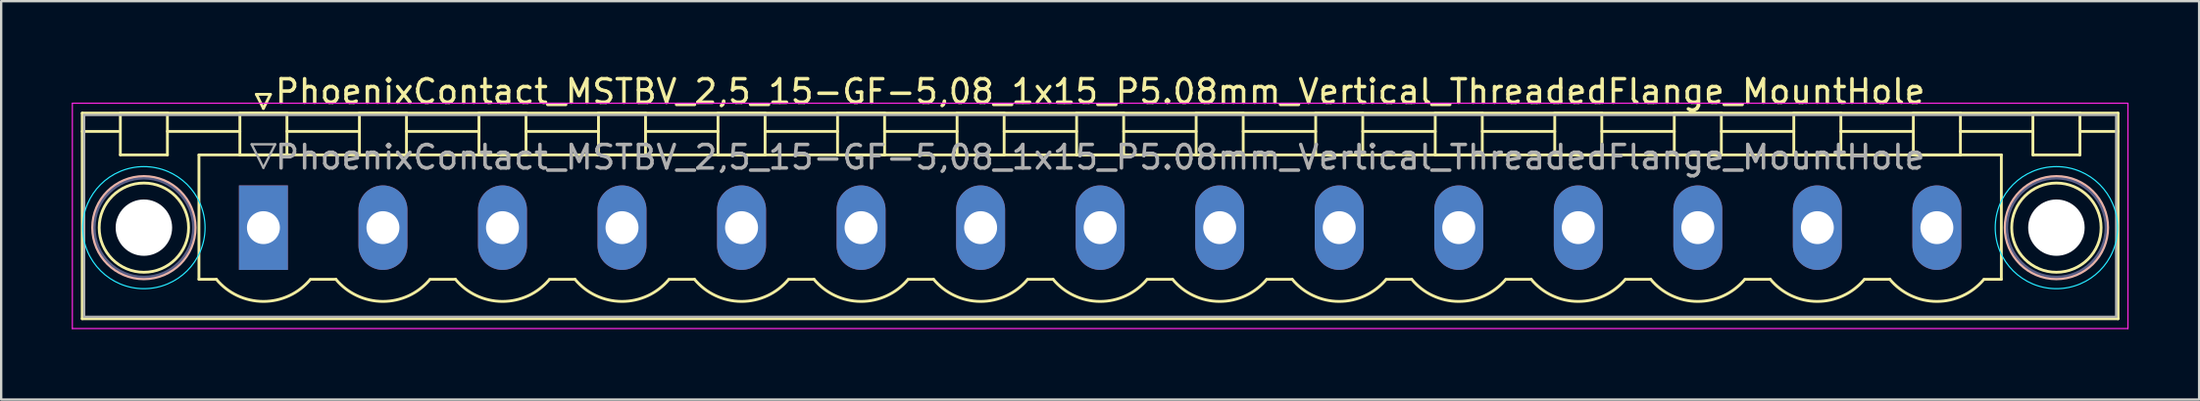
<source format=kicad_pcb>
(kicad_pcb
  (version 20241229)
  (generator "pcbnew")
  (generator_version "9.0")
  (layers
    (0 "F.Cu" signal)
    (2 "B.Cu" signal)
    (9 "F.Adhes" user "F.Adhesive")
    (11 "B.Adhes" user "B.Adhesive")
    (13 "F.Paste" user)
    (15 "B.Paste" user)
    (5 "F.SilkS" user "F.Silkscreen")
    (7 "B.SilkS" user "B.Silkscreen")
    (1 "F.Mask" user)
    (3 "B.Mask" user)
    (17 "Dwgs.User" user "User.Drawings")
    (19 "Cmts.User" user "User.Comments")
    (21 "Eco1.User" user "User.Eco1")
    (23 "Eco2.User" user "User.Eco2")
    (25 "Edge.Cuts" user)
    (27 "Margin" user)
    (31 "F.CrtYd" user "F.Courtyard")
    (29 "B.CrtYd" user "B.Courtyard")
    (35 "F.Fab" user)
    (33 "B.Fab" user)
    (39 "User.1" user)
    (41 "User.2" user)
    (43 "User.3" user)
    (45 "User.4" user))
  (footprint "PhoenixContact_MSTBV_2,5_15-GF-5,08_1x15_P5.08mm_Vertical_ThreadedFlange_MountHole"
    (layer "F.Cu")
    (at 8.145 6.648)
    (property "Reference" "PhoenixContact_MSTBV_2,5_15-GF-5,08_1x15_P5.08mm_Vertical_ThreadedFlange_MountHole" (at 35.56 -5.8 0) (layer "F.SilkS") (effects (font (size 1 1) (thickness 0.15))))
    (attr through_hole)
    (fp_line (start -7.7 -4.88) (end -7.7 3.88) (stroke (width 0.12) (type solid)) (layer "F.SilkS"))
    (fp_line (start -7.7 -4.1) (end -6.16 -4.1) (stroke (width 0.12) (type solid)) (layer "F.SilkS"))
    (fp_line (start -7.7 3.88) (end 78.82 3.88) (stroke (width 0.12) (type solid)) (layer "F.SilkS"))
    (fp_line (start -6.08 -4.88) (end -4.08 -4.88) (stroke (width 0.12) (type solid)) (layer "F.SilkS"))
    (fp_line (start -6.08 -3.1) (end -6.08 -4.88) (stroke (width 0.12) (type solid)) (layer "F.SilkS"))
    (fp_line (start -4.08 -4.88) (end -4.08 -3.1) (stroke (width 0.12) (type solid)) (layer "F.SilkS"))
    (fp_line (start -4.08 -4.1) (end -1 -4.1) (stroke (width 0.12) (type solid)) (layer "F.SilkS"))
    (fp_line (start -4.08 -3.1) (end -6.08 -3.1) (stroke (width 0.12) (type solid)) (layer "F.SilkS"))
    (fp_line (start -2.74 -3.1) (end 73.86 -3.1) (stroke (width 0.12) (type solid)) (layer "F.SilkS"))
    (fp_line (start -2.74 2.2) (end -2.74 -3.1) (stroke (width 0.12) (type solid)) (layer "F.SilkS"))
    (fp_line (start -2 2.2) (end -2.74 2.2) (stroke (width 0.12) (type solid)) (layer "F.SilkS"))
    (fp_line (start -1 -4.88) (end 1 -4.88) (stroke (width 0.12) (type solid)) (layer "F.SilkS"))
    (fp_line (start -1 -3.1) (end -1 -4.88) (stroke (width 0.12) (type solid)) (layer "F.SilkS"))
    (fp_line (start -0.3 -5.68) (end 0.3 -5.68) (stroke (width 0.12) (type solid)) (layer "F.SilkS"))
    (fp_line (start 0 -5.08) (end -0.3 -5.68) (stroke (width 0.12) (type solid)) (layer "F.SilkS"))
    (fp_line (start 0.3 -5.68) (end 0 -5.08) (stroke (width 0.12) (type solid)) (layer "F.SilkS"))
    (fp_line (start 1 -4.88) (end 1 -3.1) (stroke (width 0.12) (type solid)) (layer "F.SilkS"))
    (fp_line (start 1 -4.1) (end 4.08 -4.1) (stroke (width 0.12) (type solid)) (layer "F.SilkS"))
    (fp_line (start 1 -3.1) (end -1 -3.1) (stroke (width 0.12) (type solid)) (layer "F.SilkS"))
    (fp_line (start 2 2.2) (end 3.08 2.2) (stroke (width 0.12) (type solid)) (layer "F.SilkS"))
    (fp_line (start 4.08 -4.88) (end 6.08 -4.88) (stroke (width 0.12) (type solid)) (layer "F.SilkS"))
    (fp_line (start 4.08 -3.1) (end 4.08 -4.88) (stroke (width 0.12) (type solid)) (layer "F.SilkS"))
    (fp_line (start 6.08 -4.88) (end 6.08 -3.1) (stroke (width 0.12) (type solid)) (layer "F.SilkS"))
    (fp_line (start 6.08 -4.1) (end 9.16 -4.1) (stroke (width 0.12) (type solid)) (layer "F.SilkS"))
    (fp_line (start 6.08 -3.1) (end 4.08 -3.1) (stroke (width 0.12) (type solid)) (layer "F.SilkS"))
    (fp_line (start 7.08 2.2) (end 8.16 2.2) (stroke (width 0.12) (type solid)) (layer "F.SilkS"))
    (fp_line (start 9.16 -4.88) (end 11.16 -4.88) (stroke (width 0.12) (type solid)) (layer "F.SilkS"))
    (fp_line (start 9.16 -3.1) (end 9.16 -4.88) (stroke (width 0.12) (type solid)) (layer "F.SilkS"))
    (fp_line (start 11.16 -4.88) (end 11.16 -3.1) (stroke (width 0.12) (type solid)) (layer "F.SilkS"))
    (fp_line (start 11.16 -4.1) (end 14.24 -4.1) (stroke (width 0.12) (type solid)) (layer "F.SilkS"))
    (fp_line (start 11.16 -3.1) (end 9.16 -3.1) (stroke (width 0.12) (type solid)) (layer "F.SilkS"))
    (fp_line (start 12.16 2.2) (end 13.24 2.2) (stroke (width 0.12) (type solid)) (layer "F.SilkS"))
    (fp_line (start 14.24 -4.88) (end 16.24 -4.88) (stroke (width 0.12) (type solid)) (layer "F.SilkS"))
    (fp_line (start 14.24 -3.1) (end 14.24 -4.88) (stroke (width 0.12) (type solid)) (layer "F.SilkS"))
    (fp_line (start 16.24 -4.88) (end 16.24 -3.1) (stroke (width 0.12) (type solid)) (layer "F.SilkS"))
    (fp_line (start 16.24 -4.1) (end 19.32 -4.1) (stroke (width 0.12) (type solid)) (layer "F.SilkS"))
    (fp_line (start 16.24 -3.1) (end 14.24 -3.1) (stroke (width 0.12) (type solid)) (layer "F.SilkS"))
    (fp_line (start 17.24 2.2) (end 18.32 2.2) (stroke (width 0.12) (type solid)) (layer "F.SilkS"))
    (fp_line (start 19.32 -4.88) (end 21.32 -4.88) (stroke (width 0.12) (type solid)) (layer "F.SilkS"))
    (fp_line (start 19.32 -3.1) (end 19.32 -4.88) (stroke (width 0.12) (type solid)) (layer "F.SilkS"))
    (fp_line (start 21.32 -4.88) (end 21.32 -3.1) (stroke (width 0.12) (type solid)) (layer "F.SilkS"))
    (fp_line (start 21.32 -4.1) (end 24.4 -4.1) (stroke (width 0.12) (type solid)) (layer "F.SilkS"))
    (fp_line (start 21.32 -3.1) (end 19.32 -3.1) (stroke (width 0.12) (type solid)) (layer "F.SilkS"))
    (fp_line (start 22.32 2.2) (end 23.4 2.2) (stroke (width 0.12) (type solid)) (layer "F.SilkS"))
    (fp_line (start 24.4 -4.88) (end 26.4 -4.88) (stroke (width 0.12) (type solid)) (layer "F.SilkS"))
    (fp_line (start 24.4 -3.1) (end 24.4 -4.88) (stroke (width 0.12) (type solid)) (layer "F.SilkS"))
    (fp_line (start 26.4 -4.88) (end 26.4 -3.1) (stroke (width 0.12) (type solid)) (layer "F.SilkS"))
    (fp_line (start 26.4 -4.1) (end 29.48 -4.1) (stroke (width 0.12) (type solid)) (layer "F.SilkS"))
    (fp_line (start 26.4 -3.1) (end 24.4 -3.1) (stroke (width 0.12) (type solid)) (layer "F.SilkS"))
    (fp_line (start 27.4 2.2) (end 28.48 2.2) (stroke (width 0.12) (type solid)) (layer "F.SilkS"))
    (fp_line (start 29.48 -4.88) (end 31.48 -4.88) (stroke (width 0.12) (type solid)) (layer "F.SilkS"))
    (fp_line (start 29.48 -3.1) (end 29.48 -4.88) (stroke (width 0.12) (type solid)) (layer "F.SilkS"))
    (fp_line (start 31.48 -4.88) (end 31.48 -3.1) (stroke (width 0.12) (type solid)) (layer "F.SilkS"))
    (fp_line (start 31.48 -4.1) (end 34.56 -4.1) (stroke (width 0.12) (type solid)) (layer "F.SilkS"))
    (fp_line (start 31.48 -3.1) (end 29.48 -3.1) (stroke (width 0.12) (type solid)) (layer "F.SilkS"))
    (fp_line (start 32.48 2.2) (end 33.56 2.2) (stroke (width 0.12) (type solid)) (layer "F.SilkS"))
    (fp_line (start 34.56 -4.88) (end 36.56 -4.88) (stroke (width 0.12) (type solid)) (layer "F.SilkS"))
    (fp_line (start 34.56 -3.1) (end 34.56 -4.88) (stroke (width 0.12) (type solid)) (layer "F.SilkS"))
    (fp_line (start 36.56 -4.88) (end 36.56 -3.1) (stroke (width 0.12) (type solid)) (layer "F.SilkS"))
    (fp_line (start 36.56 -4.1) (end 39.64 -4.1) (stroke (width 0.12) (type solid)) (layer "F.SilkS"))
    (fp_line (start 36.56 -3.1) (end 34.56 -3.1) (stroke (width 0.12) (type solid)) (layer "F.SilkS"))
    (fp_line (start 37.56 2.2) (end 38.64 2.2) (stroke (width 0.12) (type solid)) (layer "F.SilkS"))
    (fp_line (start 39.64 -4.88) (end 41.64 -4.88) (stroke (width 0.12) (type solid)) (layer "F.SilkS"))
    (fp_line (start 39.64 -3.1) (end 39.64 -4.88) (stroke (width 0.12) (type solid)) (layer "F.SilkS"))
    (fp_line (start 41.64 -4.88) (end 41.64 -3.1) (stroke (width 0.12) (type solid)) (layer "F.SilkS"))
    (fp_line (start 41.64 -4.1) (end 44.72 -4.1) (stroke (width 0.12) (type solid)) (layer "F.SilkS"))
    (fp_line (start 41.64 -3.1) (end 39.64 -3.1) (stroke (width 0.12) (type solid)) (layer "F.SilkS"))
    (fp_line (start 42.64 2.2) (end 43.72 2.2) (stroke (width 0.12) (type solid)) (layer "F.SilkS"))
    (fp_line (start 44.72 -4.88) (end 46.72 -4.88) (stroke (width 0.12) (type solid)) (layer "F.SilkS"))
    (fp_line (start 44.72 -3.1) (end 44.72 -4.88) (stroke (width 0.12) (type solid)) (layer "F.SilkS"))
    (fp_line (start 46.72 -4.88) (end 46.72 -3.1) (stroke (width 0.12) (type solid)) (layer "F.SilkS"))
    (fp_line (start 46.72 -4.1) (end 49.8 -4.1) (stroke (width 0.12) (type solid)) (layer "F.SilkS"))
    (fp_line (start 46.72 -3.1) (end 44.72 -3.1) (stroke (width 0.12) (type solid)) (layer "F.SilkS"))
    (fp_line (start 47.72 2.2) (end 48.8 2.2) (stroke (width 0.12) (type solid)) (layer "F.SilkS"))
    (fp_line (start 49.8 -4.88) (end 51.8 -4.88) (stroke (width 0.12) (type solid)) (layer "F.SilkS"))
    (fp_line (start 49.8 -3.1) (end 49.8 -4.88) (stroke (width 0.12) (type solid)) (layer "F.SilkS"))
    (fp_line (start 51.8 -4.88) (end 51.8 -3.1) (stroke (width 0.12) (type solid)) (layer "F.SilkS"))
    (fp_line (start 51.8 -4.1) (end 54.88 -4.1) (stroke (width 0.12) (type solid)) (layer "F.SilkS"))
    (fp_line (start 51.8 -3.1) (end 49.8 -3.1) (stroke (width 0.12) (type solid)) (layer "F.SilkS"))
    (fp_line (start 52.8 2.2) (end 53.88 2.2) (stroke (width 0.12) (type solid)) (layer "F.SilkS"))
    (fp_line (start 54.88 -4.88) (end 56.88 -4.88) (stroke (width 0.12) (type solid)) (layer "F.SilkS"))
    (fp_line (start 54.88 -3.1) (end 54.88 -4.88) (stroke (width 0.12) (type solid)) (layer "F.SilkS"))
    (fp_line (start 56.88 -4.88) (end 56.88 -3.1) (stroke (width 0.12) (type solid)) (layer "F.SilkS"))
    (fp_line (start 56.88 -4.1) (end 59.96 -4.1) (stroke (width 0.12) (type solid)) (layer "F.SilkS"))
    (fp_line (start 56.88 -3.1) (end 54.88 -3.1) (stroke (width 0.12) (type solid)) (layer "F.SilkS"))
    (fp_line (start 57.88 2.2) (end 58.96 2.2) (stroke (width 0.12) (type solid)) (layer "F.SilkS"))
    (fp_line (start 59.96 -4.88) (end 61.96 -4.88) (stroke (width 0.12) (type solid)) (layer "F.SilkS"))
    (fp_line (start 59.96 -3.1) (end 59.96 -4.88) (stroke (width 0.12) (type solid)) (layer "F.SilkS"))
    (fp_line (start 61.96 -4.88) (end 61.96 -3.1) (stroke (width 0.12) (type solid)) (layer "F.SilkS"))
    (fp_line (start 61.96 -4.1) (end 65.04 -4.1) (stroke (width 0.12) (type solid)) (layer "F.SilkS"))
    (fp_line (start 61.96 -3.1) (end 59.96 -3.1) (stroke (width 0.12) (type solid)) (layer "F.SilkS"))
    (fp_line (start 62.96 2.2) (end 64.04 2.2) (stroke (width 0.12) (type solid)) (layer "F.SilkS"))
    (fp_line (start 65.04 -4.88) (end 67.04 -4.88) (stroke (width 0.12) (type solid)) (layer "F.SilkS"))
    (fp_line (start 65.04 -3.1) (end 65.04 -4.88) (stroke (width 0.12) (type solid)) (layer "F.SilkS"))
    (fp_line (start 67.04 -4.88) (end 67.04 -3.1) (stroke (width 0.12) (type solid)) (layer "F.SilkS"))
    (fp_line (start 67.04 -4.1) (end 70.12 -4.1) (stroke (width 0.12) (type solid)) (layer "F.SilkS"))
    (fp_line (start 67.04 -3.1) (end 65.04 -3.1) (stroke (width 0.12) (type solid)) (layer "F.SilkS"))
    (fp_line (start 68.04 2.2) (end 69.12 2.2) (stroke (width 0.12) (type solid)) (layer "F.SilkS"))
    (fp_line (start 70.12 -4.88) (end 72.12 -4.88) (stroke (width 0.12) (type solid)) (layer "F.SilkS"))
    (fp_line (start 70.12 -3.1) (end 70.12 -4.88) (stroke (width 0.12) (type solid)) (layer "F.SilkS"))
    (fp_line (start 72.12 -4.88) (end 72.12 -3.1) (stroke (width 0.12) (type solid)) (layer "F.SilkS"))
    (fp_line (start 72.12 -4.1) (end 75.2 -4.1) (stroke (width 0.12) (type solid)) (layer "F.SilkS"))
    (fp_line (start 72.12 -3.1) (end 70.12 -3.1) (stroke (width 0.12) (type solid)) (layer "F.SilkS"))
    (fp_line (start 73.86 -3.1) (end 73.86 2.2) (stroke (width 0.12) (type solid)) (layer "F.SilkS"))
    (fp_line (start 73.86 2.2) (end 73.12 2.2) (stroke (width 0.12) (type solid)) (layer "F.SilkS"))
    (fp_line (start 75.2 -4.88) (end 77.2 -4.88) (stroke (width 0.12) (type solid)) (layer "F.SilkS"))
    (fp_line (start 75.2 -3.1) (end 75.2 -4.88) (stroke (width 0.12) (type solid)) (layer "F.SilkS"))
    (fp_line (start 77.2 -4.88) (end 77.2 -3.1) (stroke (width 0.12) (type solid)) (layer "F.SilkS"))
    (fp_line (start 77.2 -3.1) (end 75.2 -3.1) (stroke (width 0.12) (type solid)) (layer "F.SilkS"))
    (fp_line (start 78.82 -4.88) (end -7.7 -4.88) (stroke (width 0.12) (type solid)) (layer "F.SilkS"))
    (fp_line (start 78.82 -4.1) (end 77.28 -4.1) (stroke (width 0.12) (type solid)) (layer "F.SilkS"))
    (fp_line (start 78.82 3.88) (end 78.82 -4.88) (stroke (width 0.12) (type solid)) (layer "F.SilkS"))
    (fp_arc (start 1.986842 2.215821) (mid -0.010289 3.142758) (end -2 2.2) (stroke (width 0.12) (type solid)) (layer "F.SilkS"))
    (fp_arc (start 7.066842 2.215821) (mid 5.069711 3.142758) (end 3.08 2.2) (stroke (width 0.12) (type solid)) (layer "F.SilkS"))
    (fp_arc (start 12.146842 2.215821) (mid 10.149711 3.142758) (end 8.16 2.2) (stroke (width 0.12) (type solid)) (layer "F.SilkS"))
    (fp_arc (start 17.226842 2.215821) (mid 15.229711 3.142758) (end 13.24 2.2) (stroke (width 0.12) (type solid)) (layer "F.SilkS"))
    (fp_arc (start 22.306842 2.215821) (mid 20.309711 3.142758) (end 18.32 2.2) (stroke (width 0.12) (type solid)) (layer "F.SilkS"))
    (fp_arc (start 27.386842 2.215821) (mid 25.389711 3.142758) (end 23.4 2.2) (stroke (width 0.12) (type solid)) (layer "F.SilkS"))
    (fp_arc (start 32.466842 2.215821) (mid 30.469711 3.142758) (end 28.48 2.2) (stroke (width 0.12) (type solid)) (layer "F.SilkS"))
    (fp_arc (start 37.546842 2.215821) (mid 35.549711 3.142758) (end 33.56 2.2) (stroke (width 0.12) (type solid)) (layer "F.SilkS"))
    (fp_arc (start 42.626842 2.215821) (mid 40.629711 3.142758) (end 38.64 2.2) (stroke (width 0.12) (type solid)) (layer "F.SilkS"))
    (fp_arc (start 47.706842 2.215821) (mid 45.709711 3.142758) (end 43.72 2.2) (stroke (width 0.12) (type solid)) (layer "F.SilkS"))
    (fp_arc (start 52.786842 2.215821) (mid 50.789711 3.142758) (end 48.8 2.2) (stroke (width 0.12) (type solid)) (layer "F.SilkS"))
    (fp_arc (start 57.866842 2.215821) (mid 55.869711 3.142758) (end 53.88 2.2) (stroke (width 0.12) (type solid)) (layer "F.SilkS"))
    (fp_arc (start 62.946842 2.215821) (mid 60.949711 3.142758) (end 58.96 2.2) (stroke (width 0.12) (type solid)) (layer "F.SilkS"))
    (fp_arc (start 68.026842 2.215821) (mid 66.029711 3.142758) (end 64.04 2.2) (stroke (width 0.12) (type solid)) (layer "F.SilkS"))
    (fp_arc (start 73.106842 2.215821) (mid 71.109711 3.142758) (end 69.12 2.2) (stroke (width 0.12) (type solid)) (layer "F.SilkS"))
    (fp_circle (center -5.08 0) (end -3.18 0) (stroke (width 0.12) (type solid)) (fill no) (layer "F.SilkS"))
    (fp_circle (center 76.2 0) (end 78.1 0) (stroke (width 0.12) (type solid)) (fill no) (layer "F.SilkS"))
    (fp_circle (center -5.08 0) (end -2.9 0) (stroke (width 0.12) (type solid)) (fill no) (layer "B.SilkS"))
    (fp_circle (center 76.2 0) (end 78.38 0) (stroke (width 0.12) (type solid)) (fill no) (layer "B.SilkS"))
    (fp_circle (center -5.08 0) (end -2.48 0) (stroke (width 0.05) (type solid)) (fill no) (layer "B.CrtYd"))
    (fp_circle (center 76.2 0) (end 78.8 0) (stroke (width 0.05) (type solid)) (fill no) (layer "B.CrtYd"))
    (fp_line (start -8.12 -5.3) (end -8.12 4.3) (stroke (width 0.05) (type solid)) (layer "F.CrtYd"))
    (fp_line (start -8.12 4.3) (end 79.24 4.3) (stroke (width 0.05) (type solid)) (layer "F.CrtYd"))
    (fp_line (start 79.24 -5.3) (end -8.12 -5.3) (stroke (width 0.05) (type solid)) (layer "F.CrtYd"))
    (fp_line (start 79.24 4.3) (end 79.24 -5.3) (stroke (width 0.05) (type solid)) (layer "F.CrtYd"))
    (fp_circle (center -5.08 0) (end -2.98 0) (stroke (width 0.1) (type solid)) (fill no) (layer "B.Fab"))
    (fp_circle (center 76.2 0) (end 78.3 0) (stroke (width 0.1) (type solid)) (fill no) (layer "B.Fab"))
    (fp_line (start -7.62 -4.8) (end -7.62 3.8) (stroke (width 0.1) (type solid)) (layer "F.Fab"))
    (fp_line (start -7.62 3.8) (end 78.74 3.8) (stroke (width 0.1) (type solid)) (layer "F.Fab"))
    (fp_line (start -0.5 -3.55) (end 0.5 -3.55) (stroke (width 0.1) (type solid)) (layer "F.Fab"))
    (fp_line (start 0 -2.55) (end -0.5 -3.55) (stroke (width 0.1) (type solid)) (layer "F.Fab"))
    (fp_line (start 0.5 -3.55) (end 0 -2.55) (stroke (width 0.1) (type solid)) (layer "F.Fab"))
    (fp_line (start 78.74 -4.8) (end -7.62 -4.8) (stroke (width 0.1) (type solid)) (layer "F.Fab"))
    (fp_line (start 78.74 3.8) (end 78.74 -4.8) (stroke (width 0.1) (type solid)) (layer "F.Fab"))
    (fp_text user "${REFERENCE}" (at 35.56 -3 0) (layer "F.Fab") (effects (font (size 1 1) (thickness 0.15))))
    (pad "" np_thru_hole circle (at -5.08 0) (size 2.4 2.4) (drill 2.4) (layers "*.Cu" "*.Mask"))
    (pad "" np_thru_hole circle (at 76.2 0) (size 2.4 2.4) (drill 2.4) (layers "*.Cu" "*.Mask"))
    (pad "1" thru_hole rect (at 0 0) (size 2.08 3.6) (drill 1.4) (layers "*.Cu" "*.Mask"))
    (pad "2" thru_hole oval (at 5.08 0) (size 2.08 3.6) (drill 1.4) (layers "*.Cu" "*.Mask"))
    (pad "3" thru_hole oval (at 10.16 0) (size 2.08 3.6) (drill 1.4) (layers "*.Cu" "*.Mask"))
    (pad "4" thru_hole oval (at 15.24 0) (size 2.08 3.6) (drill 1.4) (layers "*.Cu" "*.Mask"))
    (pad "5" thru_hole oval (at 20.32 0) (size 2.08 3.6) (drill 1.4) (layers "*.Cu" "*.Mask"))
    (pad "6" thru_hole oval (at 25.4 0) (size 2.08 3.6) (drill 1.4) (layers "*.Cu" "*.Mask"))
    (pad "7" thru_hole oval (at 30.48 0) (size 2.08 3.6) (drill 1.4) (layers "*.Cu" "*.Mask"))
    (pad "8" thru_hole oval (at 35.56 0) (size 2.08 3.6) (drill 1.4) (layers "*.Cu" "*.Mask"))
    (pad "9" thru_hole oval (at 40.64 0) (size 2.08 3.6) (drill 1.4) (layers "*.Cu" "*.Mask"))
    (pad "10" thru_hole oval (at 45.72 0) (size 2.08 3.6) (drill 1.4) (layers "*.Cu" "*.Mask"))
    (pad "11" thru_hole oval (at 50.8 0) (size 2.08 3.6) (drill 1.4) (layers "*.Cu" "*.Mask"))
    (pad "12" thru_hole oval (at 55.88 0) (size 2.08 3.6) (drill 1.4) (layers "*.Cu" "*.Mask"))
    (pad "13" thru_hole oval (at 60.96 0) (size 2.08 3.6) (drill 1.4) (layers "*.Cu" "*.Mask"))
    (pad "14" thru_hole oval (at 66.04 0) (size 2.08 3.6) (drill 1.4) (layers "*.Cu" "*.Mask"))
    (pad "15" thru_hole oval (at 71.12 0) (size 2.08 3.6) (drill 1.4) (layers "*.Cu" "*.Mask")))
  (gr_rect
    (start -3 -3)
    (end 90.41 13.973)
    (stroke (width 0.1) (type default))
    (fill no)
    (layer "Edge.Cuts")))
</source>
